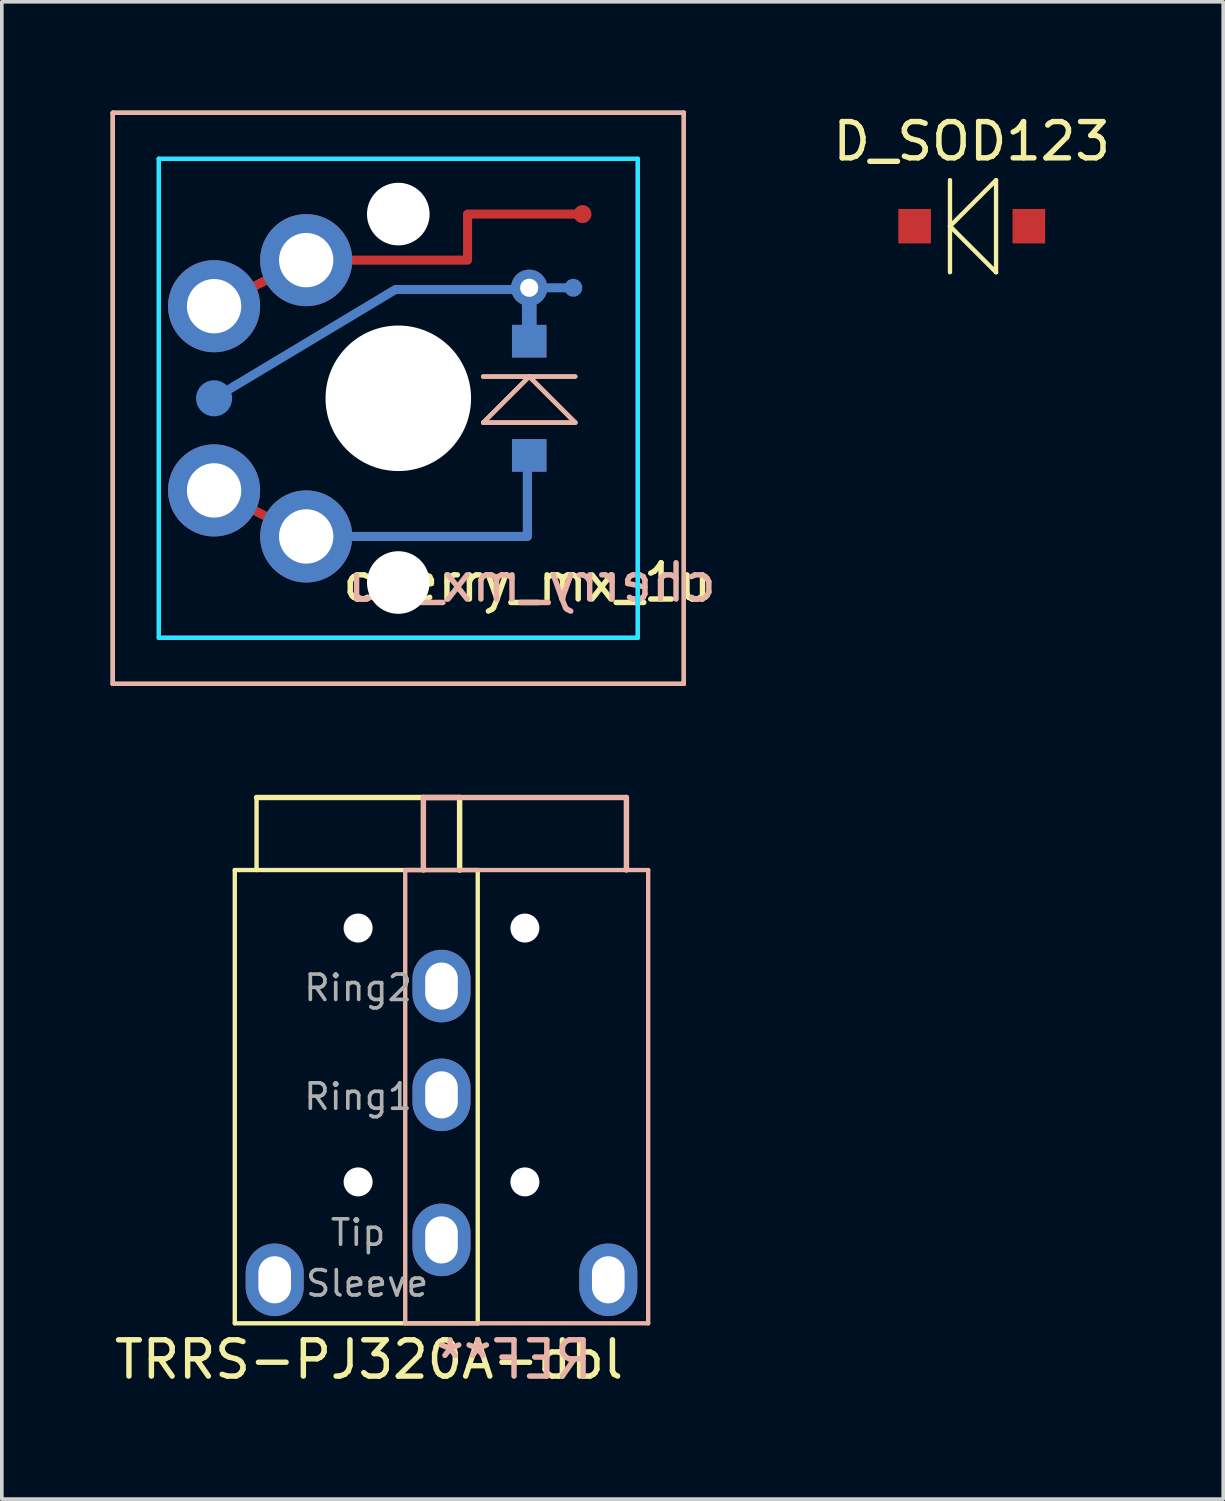
<source format=kicad_pcb>
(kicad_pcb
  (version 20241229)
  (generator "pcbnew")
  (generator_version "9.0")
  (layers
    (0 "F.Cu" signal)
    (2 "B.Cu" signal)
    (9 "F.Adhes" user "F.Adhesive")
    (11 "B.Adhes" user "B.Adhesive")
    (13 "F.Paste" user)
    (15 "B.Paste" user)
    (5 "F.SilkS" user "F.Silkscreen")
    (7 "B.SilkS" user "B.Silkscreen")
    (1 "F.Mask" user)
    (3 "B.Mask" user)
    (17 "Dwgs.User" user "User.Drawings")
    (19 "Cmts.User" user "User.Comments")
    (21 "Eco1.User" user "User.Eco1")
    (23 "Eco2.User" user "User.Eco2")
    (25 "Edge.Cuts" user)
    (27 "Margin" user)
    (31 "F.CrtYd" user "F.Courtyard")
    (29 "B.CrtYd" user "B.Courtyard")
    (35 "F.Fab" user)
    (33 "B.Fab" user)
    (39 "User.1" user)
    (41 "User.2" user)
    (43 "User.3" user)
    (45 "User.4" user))
  (footprint "D_SOD123"
    (layer "F.Cu")
    (at 23.748 3.388)
    (property "Reference" "D_SOD123" (at 0 -2.54 0) (layer "F.SilkS") (effects (font (size 1 1) (thickness 0.15))))
    (attr through_hole)
    (fp_line (start -0.6 -1.47) (end -0.6 1.07) (stroke (width 0.12) (type solid)) (layer "F.SilkS"))
    (fp_line (start -0.6 -0.2) (end 0.67 1.07) (stroke (width 0.12) (type solid)) (layer "F.SilkS"))
    (fp_line (start 0.67 -1.47) (end -0.6 -0.2) (stroke (width 0.12) (type solid)) (layer "F.SilkS"))
    (fp_line (start 0.67 1.07) (end 0.67 -1.47) (stroke (width 0.12) (type solid)) (layer "F.SilkS"))
    (pad "1" smd rect (at -1.575 -0.2) (size 0.9 0.95) (layers "F.Cu" "F.Mask" "F.Paste"))
    (pad "2" smd rect (at 1.575 -0.2) (size 0.9 0.95) (layers "F.Cu" "F.Mask" "F.Paste")))
  (footprint "cherry_mx_1u"
    (layer "F.Cu")
    (at 7.934 7.934)
    (property "Reference" "cherry_mx_1u" (at 3.556 5.08 0) (layer "F.SilkS") (effects (font (size 1 1) (thickness 0.15))))
    (attr through_hole)
    (fp_line (start -7.874 -7.874) (end -7.874 7.874) (stroke (width 0.12) (type solid)) (layer "F.SilkS"))
    (fp_line (start -7.874 7.874) (end 7.874 7.874) (stroke (width 0.12) (type solid)) (layer "F.SilkS"))
    (fp_line (start 2.34 -0.6) (end 4.88 -0.6) (stroke (width 0.12) (type solid)) (layer "F.SilkS"))
    (fp_line (start 2.34 0.67) (end 3.61 -0.6) (stroke (width 0.12) (type solid)) (layer "F.SilkS"))
    (fp_line (start 3.61 -0.6) (end 4.88 0.67) (stroke (width 0.12) (type solid)) (layer "F.SilkS"))
    (fp_line (start 4.88 0.67) (end 2.34 0.67) (stroke (width 0.12) (type solid)) (layer "F.SilkS"))
    (fp_line (start 7.874 -7.874) (end -7.874 -7.874) (stroke (width 0.12) (type solid)) (layer "F.SilkS"))
    (fp_line (start 7.874 7.874) (end 7.874 -7.874) (stroke (width 0.12) (type solid)) (layer "F.SilkS"))
    (fp_line (start -7.874 -7.874) (end -7.874 7.874) (stroke (width 0.12) (type solid)) (layer "B.SilkS"))
    (fp_line (start 2.34 0.67) (end 4.88 0.67) (stroke (width 0.12) (type solid)) (layer "B.SilkS"))
    (fp_line (start 3.61 -0.6) (end 2.34 0.67) (stroke (width 0.12) (type solid)) (layer "B.SilkS"))
    (fp_line (start 4.88 -0.6) (end 2.34 -0.6) (stroke (width 0.12) (type solid)) (layer "B.SilkS"))
    (fp_line (start 4.88 0.67) (end 3.61 -0.6) (stroke (width 0.12) (type solid)) (layer "B.SilkS"))
    (fp_line (start 7.874 -7.874) (end -7.874 -7.874) (stroke (width 0.12) (type solid)) (layer "B.SilkS"))
    (fp_line (start 7.874 -7.874) (end 7.874 7.874) (stroke (width 0.12) (type solid)) (layer "B.SilkS"))
    (fp_line (start 7.874 7.874) (end -7.874 7.874) (stroke (width 0.12) (type solid)) (layer "B.SilkS"))
    (fp_poly (pts (xy 6.2 -7.1) (xy 6.9 -7.1) (xy 7.1 -6.9) (xy 7.1 6.9) (xy 6.9 7.1) (xy 6.2 7.1) (xy 6.2 7.8) (xy -6.2 7.8) (xy -6.2 7.1) (xy -6.9 7.1) (xy -7.1 6.9) (xy -7.1 -6.9) (xy -6.9 -7.1) (xy -6.2 -7.1) (xy -6.2 -7.8) (xy 6.2 -7.8)) (stroke (width 0.05) (type solid)) (fill no) (layer "Eco1.User"))
    (fp_poly (pts (xy 7.6 2.7) (xy -7.6 2.7) (xy -7.6 -2.7) (xy 7.6 -2.7)) (stroke (width 0.1) (type solid)) (fill no) (layer "Eco2.User"))
    (fp_line (start -6.604 -6.604) (end 6.604 -6.604) (stroke (width 0.12) (type solid)) (layer "B.CrtYd"))
    (fp_line (start -6.604 6.604) (end -6.604 -6.604) (stroke (width 0.12) (type solid)) (layer "B.CrtYd"))
    (fp_line (start 6.604 -6.604) (end 6.604 6.604) (stroke (width 0.12) (type solid)) (layer "B.CrtYd"))
    (fp_line (start 6.604 6.604) (end -6.604 6.604) (stroke (width 0.12) (type solid)) (layer "B.CrtYd"))
    (fp_line (start -6.604 -6.604) (end 6.604 -6.604) (stroke (width 0.12) (type solid)) (layer "F.CrtYd"))
    (fp_line (start -6.604 6.604) (end -6.604 -6.604) (stroke (width 0.12) (type solid)) (layer "F.CrtYd"))
    (fp_line (start 6.604 -6.604) (end 6.604 6.604) (stroke (width 0.12) (type solid)) (layer "F.CrtYd"))
    (fp_line (start 6.604 6.604) (end -6.604 6.604) (stroke (width 0.12) (type solid)) (layer "F.CrtYd"))
    (fp_text user "${REFERENCE}" (at 3.683 5.08 0) (layer "B.SilkS") (effects (font (size 1 1) (thickness 0.15)) (justify mirror)))
    (pad "" smd custom (at -5.08 -2.54) (size 0.5 0.5) (layers "F.Cu") (options (anchor circle)) (primitives (gr_line (start 0 0) (end 2.54 -1.27) (width 0.25))))
    (pad "" thru_hole circle (at -5.08 -2.54) (size 2.54 2.54) (drill 1.499) (layers "*.Cu" "*.Mask"))
    (pad "" smd custom (at -5.08 2.54) (size 0.5 0.5) (layers "F.Cu") (options (anchor circle)) (primitives (gr_line (start 0 0) (end 2.54 1.27) (width 0.25))))
    (pad "" thru_hole circle (at -5.08 2.54) (size 2.54 2.54) (drill 1.499) (layers "*.Cu" "*.Mask"))
    (pad "" thru_hole circle (at -2.54 -3.81) (size 2.54 2.54) (drill 1.499) (layers "*.Cu" "*.Mask"))
    (pad "" smd custom (at -2.54 3.81) (size 0.5 0.5) (layers "F.Cu") (options (anchor circle)) (primitives (gr_line (start 0 0) (end 6.1 0) (width 0.25)) (gr_line (start 6.1 0) (end 6.1 -2.29) (width 0.25))))
    (pad "" smd custom (at -2.54 3.81) (size 0.5 0.5) (layers "B.Cu") (options (anchor circle)) (primitives (gr_line (start 0 0) (end 6.1 0) (width 0.25)) (gr_line (start 6.1 0) (end 6.1 -2.29) (width 0.25))))
    (pad "" thru_hole circle (at -2.54 3.81) (size 2.54 2.54) (drill 1.499) (layers "*.Cu" "*.Mask"))
    (pad "" np_thru_hole circle (at 0 -5.08) (size 1.727 1.727) (drill 1.727) (layers "*.Cu" "*.Mask"))
    (pad "" np_thru_hole circle (at 0 0) (size 4.013 4.013) (drill 4.013) (layers "*.Cu" "*.Mask"))
    (pad "" np_thru_hole circle (at 0 5.08) (size 1.727 1.727) (drill 1.727) (layers "*.Cu" "*.Mask"))
    (pad "" smd rect (at 3.61 -2.54) (size 0.4 1.067) (layers "F.Cu"))
    (pad "" smd rect (at 3.61 -2.54) (size 0.4 1.067) (layers "B.Cu"))
    (pad "" smd rect (at 3.61 -1.575) (size 0.95 0.9) (layers "F.Cu" "F.Mask" "F.Paste"))
    (pad "" smd rect (at 3.61 -1.575) (size 0.95 0.9) (layers "B.Cu" "B.Mask" "B.Paste"))
    (pad "" smd rect (at 3.61 1.575) (size 0.95 0.9) (layers "F.Cu" "F.Mask" "F.Paste"))
    (pad "" smd rect (at 3.61 1.575) (size 0.95 0.9) (layers "B.Cu" "B.Mask" "B.Paste"))
    (pad "1" smd custom (at 5.08 -5.08) (size 0.5 0.5) (layers "F.Cu") (options (anchor circle)) (primitives (gr_line (start 0 0) (end -3.17 0) (width 0.25)) (gr_line (start -3.17 0) (end -3.17 1.27) (width 0.25)) (gr_line (start -3.17 1.27) (end -7.62 1.27) (width 0.25))))
    (pad "2" smd custom (at -5.08 0) (size 1 1) (layers "B.Cu") (options (anchor circle)) (primitives (gr_line (start 0 0) (end 5 -3) (width 0.25)) (gr_line (start 5 -3) (end 8.8 -3) (width 0.25))))
    (pad "2" thru_hole circle (at 3.61 -3.048) (size 1 1) (drill 0.5) (layers "*.Cu" "*.Mask"))
    (pad "2" smd custom (at 4.826 -3.048) (size 0.5 0.5) (layers "B.Cu") (options (anchor circle)) (primitives (gr_line (start 0 0) (end -1.27 0) (width 0.25)))))
  (footprint "TRRS-PJ320A-dbl"
    (layer "F.Cu")
    (at 9.125 28.943)
    (property "Reference" "TRRS-PJ320A-dbl" (at -2 5.5 0) (layer "F.SilkS") (effects (font (size 1 1) (thickness 0.15))))
    (attr through_hole)
    (fp_line (start -5.7 4.5) (end -5.7 -8) (stroke (width 0.12) (type solid)) (layer "F.SilkS"))
    (fp_line (start -5.7 4.5) (end 1 4.5) (stroke (width 0.12) (type solid)) (layer "F.SilkS"))
    (fp_line (start -5.1 -10) (end -5.1 -8) (stroke (width 0.12) (type solid)) (layer "F.SilkS"))
    (fp_line (start 0.5 -10) (end -5.1 -10) (stroke (width 0.15) (type solid)) (layer "F.SilkS"))
    (fp_line (start 0.5 -8) (end 0.5 -10) (stroke (width 0.15) (type solid)) (layer "F.SilkS"))
    (fp_line (start 1 -8) (end -5.7 -8) (stroke (width 0.12) (type solid)) (layer "F.SilkS"))
    (fp_line (start 1 4.5) (end 1 -8) (stroke (width 0.12) (type solid)) (layer "F.SilkS"))
    (fp_line (start -1 -8) (end -1 4.5) (stroke (width 0.12) (type solid)) (layer "B.SilkS"))
    (fp_line (start -1 4.5) (end 5.7 4.5) (stroke (width 0.12) (type solid)) (layer "B.SilkS"))
    (fp_line (start -0.5 -10) (end 5.1 -10) (stroke (width 0.15) (type solid)) (layer "B.SilkS"))
    (fp_line (start -0.5 -8) (end -0.5 -10) (stroke (width 0.15) (type solid)) (layer "B.SilkS"))
    (fp_line (start 5.1 -8) (end 5.1 -10) (stroke (width 0.15) (type solid)) (layer "B.SilkS"))
    (fp_line (start 5.7 -8) (end -1 -8) (stroke (width 0.12) (type solid)) (layer "B.SilkS"))
    (fp_line (start 5.7 4.5) (end 5.7 -8) (stroke (width 0.12) (type solid)) (layer "B.SilkS"))
    (fp_text user "REF**" (at 2 5.5 0) (layer "B.SilkS") (effects (font (size 1 1) (thickness 0.15)) (justify mirror)))
    (fp_text user "Sleeve" (at -2.05 3.4 0) (layer "F.Fab") (effects (font (size 0.7 0.7) (thickness 0.1))))
    (fp_text user "Ring2" (at -2.3 -4.75 0) (layer "F.Fab") (effects (font (size 0.7 0.7) (thickness 0.1))))
    (fp_text user "Tip" (at -2.3 2 0) (layer "F.Fab") (effects (font (size 0.7 0.7) (thickness 0.1))))
    (fp_text user "Ring1" (at -2.3 -1.75 0) (layer "F.Fab") (effects (font (size 0.7 0.7) (thickness 0.1))))
    (pad "" np_thru_hole circle (at -2.3 -6.4) (size 0.8 0.8) (drill 0.8) (layers "*.Cu" "*.Mask"))
    (pad "" np_thru_hole circle (at -2.3 0.6) (size 0.8 0.8) (drill 0.8) (layers "*.Cu" "*.Mask"))
    (pad "" np_thru_hole circle (at 2.3 -6.4 180) (size 0.8 0.8) (drill 0.8) (layers "*.Cu" "*.Mask"))
    (pad "" np_thru_hole circle (at 2.3 0.6 180) (size 0.8 0.8) (drill 0.8) (layers "*.Cu" "*.Mask"))
    (pad "R1" thru_hole oval (at 0 -1.8) (size 1.6 2) (drill oval 0.9 1.3) (layers "*.Cu" "*.Mask"))
    (pad "R2" thru_hole oval (at 0 -4.8) (size 1.6 2) (drill oval 0.9 1.3) (layers "*.Cu" "*.Mask"))
    (pad "S" thru_hole oval (at -4.6 3.3) (size 1.6 2) (drill oval 0.9 1.3) (layers "*.Cu" "*.Mask"))
    (pad "S" thru_hole oval (at 4.6 3.3 180) (size 1.6 2) (drill oval 0.9 1.3) (layers "*.Cu" "*.Mask"))
    (pad "T" thru_hole oval (at 0 2.2) (size 1.6 2) (drill oval 0.9 1.3) (layers "*.Cu" "*.Mask")))
  (gr_rect
    (start -3 -3)
    (end 30.682 38.291)
    (stroke (width 0.1) (type default))
    (fill no)
    (layer "Edge.Cuts")))
</source>
